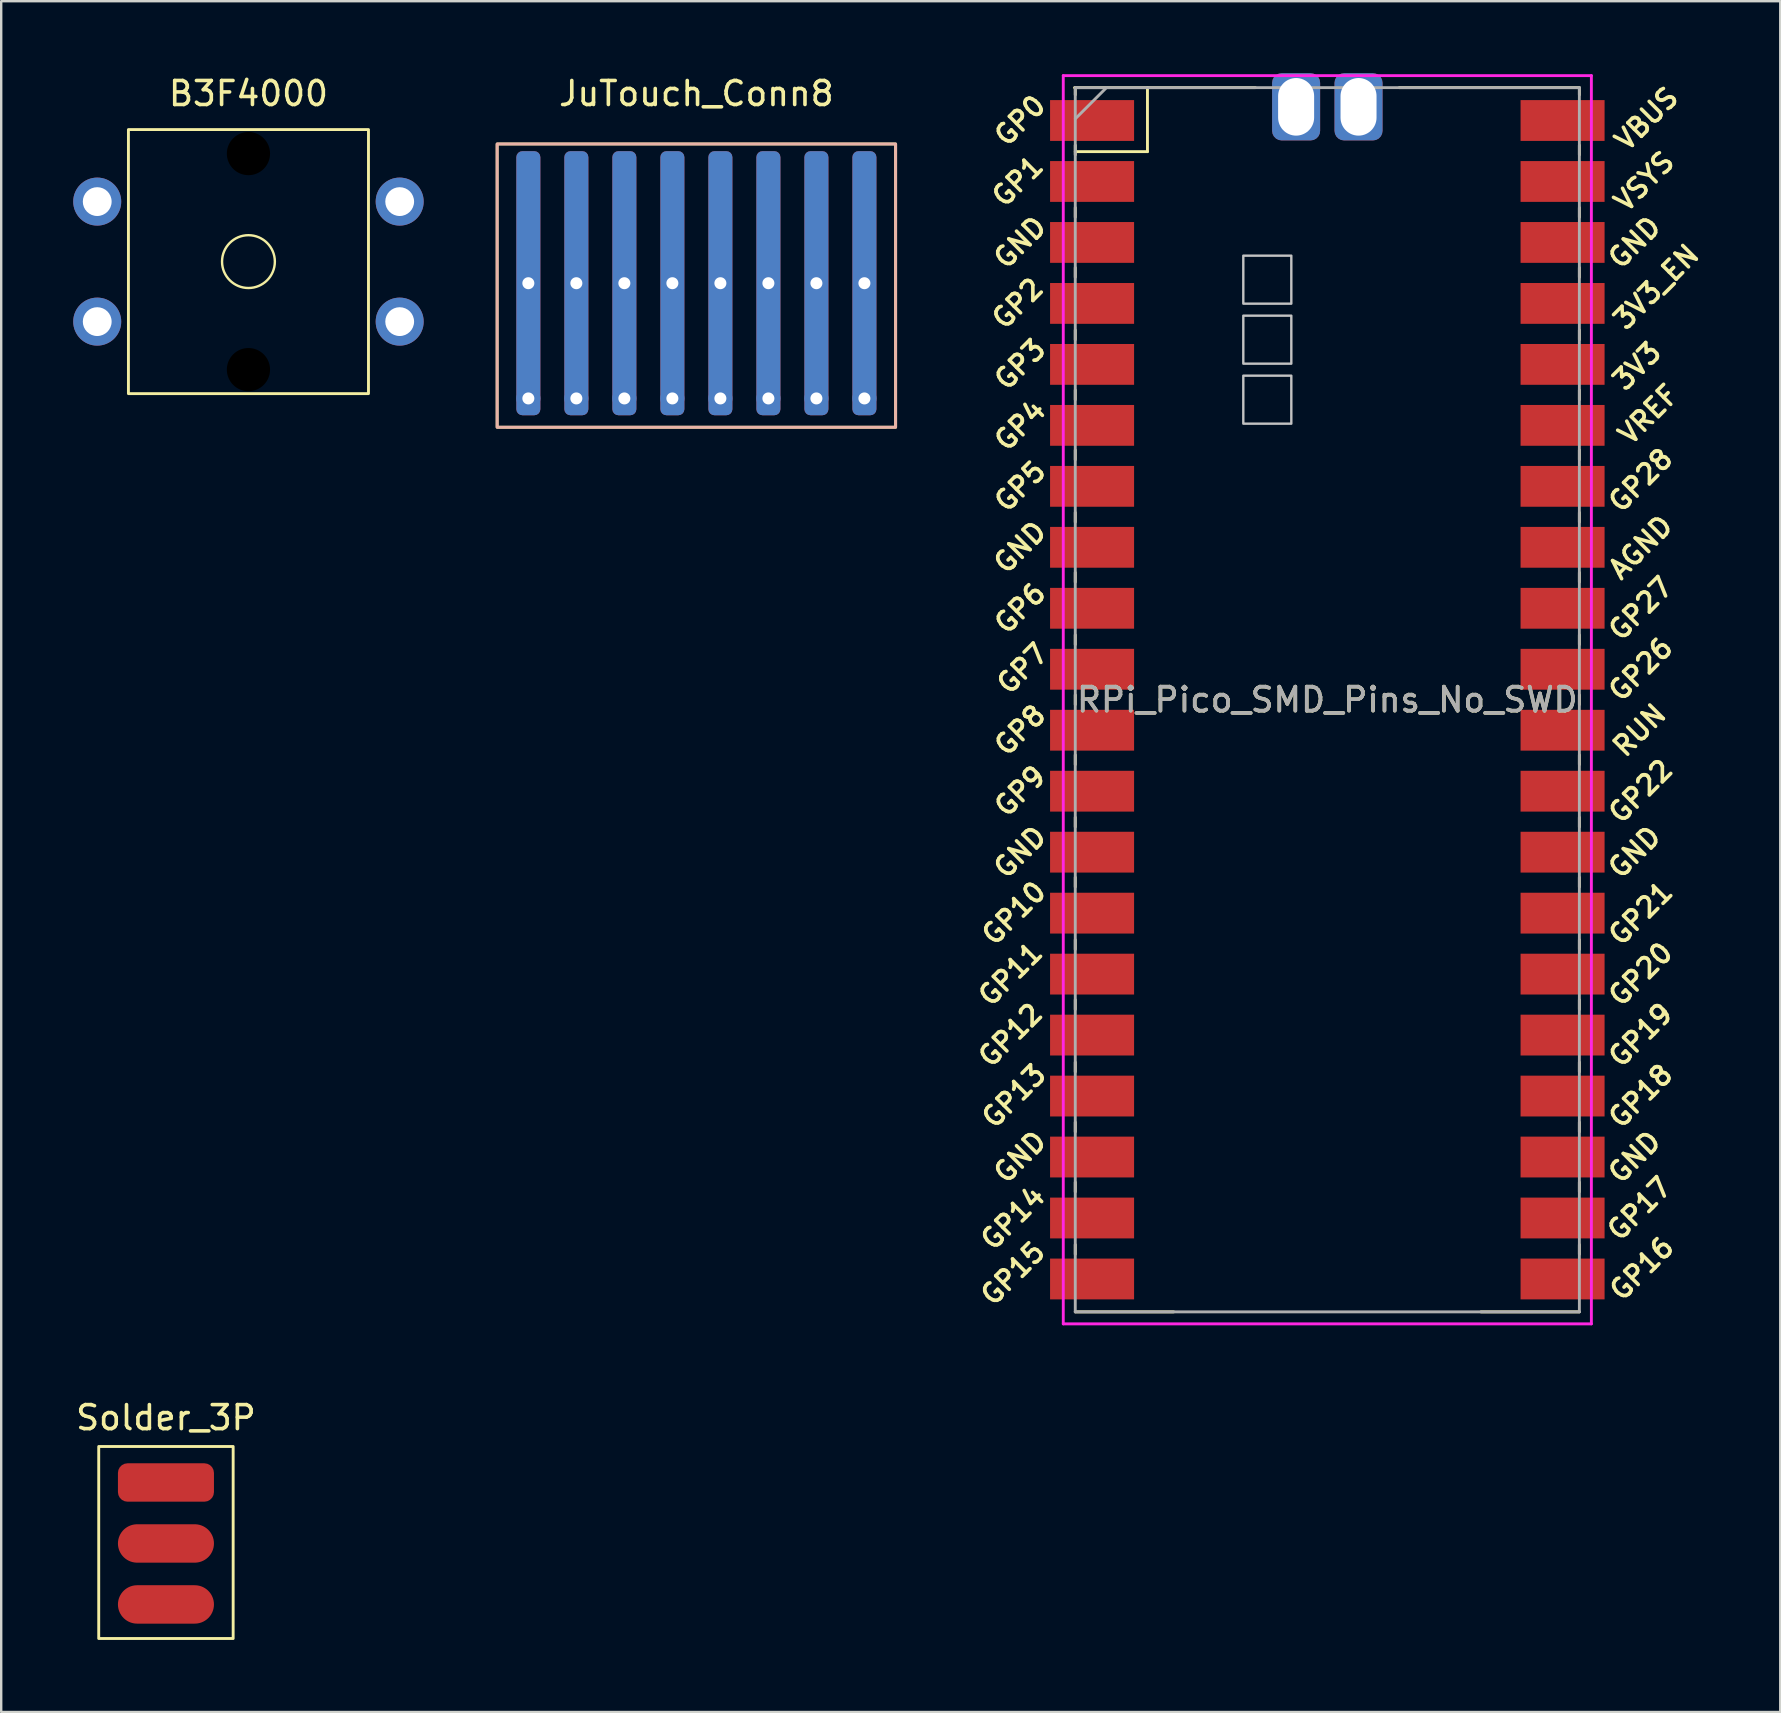
<source format=kicad_pcb>
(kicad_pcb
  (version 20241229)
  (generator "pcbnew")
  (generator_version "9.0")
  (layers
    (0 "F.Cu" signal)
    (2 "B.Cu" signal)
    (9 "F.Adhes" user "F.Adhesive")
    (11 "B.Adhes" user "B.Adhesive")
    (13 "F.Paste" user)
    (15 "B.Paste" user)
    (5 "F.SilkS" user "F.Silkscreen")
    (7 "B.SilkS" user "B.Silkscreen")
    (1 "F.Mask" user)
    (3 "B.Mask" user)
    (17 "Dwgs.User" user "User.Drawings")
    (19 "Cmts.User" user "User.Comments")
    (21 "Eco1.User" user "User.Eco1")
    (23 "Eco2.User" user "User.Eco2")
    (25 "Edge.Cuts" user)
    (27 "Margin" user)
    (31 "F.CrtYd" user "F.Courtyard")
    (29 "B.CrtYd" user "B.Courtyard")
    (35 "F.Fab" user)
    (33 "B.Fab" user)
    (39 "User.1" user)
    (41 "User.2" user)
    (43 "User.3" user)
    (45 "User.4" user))
  (footprint "JuTouch_Conn8"
    (layer "F.Cu")
    (at 25.96 8.748)
    (property "Reference" "JuTouch_Conn8" (at 0 -7.9 0) (unlocked yes) (layer "F.SilkS") (effects (font (size 1 1) (thickness 0.15))))
    (attr through_hole)
    (fp_rect (start -8.3 -5.8) (end 8.3 6) (stroke (width 0.12) (type solid)) (fill no) (layer "F.SilkS"))
    (fp_rect (start -8.3 -5.8) (end 8.3 6) (stroke (width 0.12) (type solid)) (fill no) (layer "B.SilkS"))
    (pad "1" thru_hole roundrect (at -7 0) (size 1 11) (drill 0.5) (layers "*.Cu" "*.Mask") (roundrect_rratio 0.25))
    (pad "1" thru_hole circle (at -7 4.8) (size 1 1) (drill 0.5) (layers "*.Cu" "*.Mask"))
    (pad "2" thru_hole roundrect (at -5 0) (size 1 11) (drill 0.5) (layers "*.Cu" "*.Mask") (roundrect_rratio 0.25))
    (pad "2" thru_hole circle (at -5 4.8) (size 1 1) (drill 0.5) (layers "*.Cu" "*.Mask"))
    (pad "3" thru_hole roundrect (at -3 0) (size 1 11) (drill 0.5) (layers "*.Cu" "*.Mask") (roundrect_rratio 0.25))
    (pad "3" thru_hole circle (at -3 4.8) (size 1 1) (drill 0.5) (layers "*.Cu" "*.Mask"))
    (pad "4" thru_hole roundrect (at -1 0) (size 1 11) (drill 0.5) (layers "*.Cu" "*.Mask") (roundrect_rratio 0.25))
    (pad "4" thru_hole circle (at -1 4.8) (size 1 1) (drill 0.5) (layers "*.Cu" "*.Mask"))
    (pad "5" thru_hole roundrect (at 1 0) (size 1 11) (drill 0.5) (layers "*.Cu" "*.Mask") (roundrect_rratio 0.25))
    (pad "5" thru_hole circle (at 1 4.8) (size 1 1) (drill 0.5) (layers "*.Cu" "*.Mask"))
    (pad "6" thru_hole roundrect (at 3 0) (size 1 11) (drill 0.5) (layers "*.Cu" "*.Mask") (roundrect_rratio 0.25))
    (pad "6" thru_hole circle (at 3 4.8) (size 1 1) (drill 0.5) (layers "*.Cu" "*.Mask"))
    (pad "7" thru_hole roundrect (at 5 0) (size 1 11) (drill 0.5) (layers "*.Cu" "*.Mask") (roundrect_rratio 0.25))
    (pad "7" thru_hole circle (at 5 4.8) (size 1 1) (drill 0.5) (layers "*.Cu" "*.Mask"))
    (pad "8" thru_hole roundrect (at 7 0) (size 1 11) (drill 0.5) (layers "*.Cu" "*.Mask") (roundrect_rratio 0.25))
    (pad "8" thru_hole circle (at 7 4.8) (size 1 1) (drill 0.5) (layers "*.Cu" "*.Mask")))
  (footprint "Solder_3P"
    (layer "F.Cu")
    (at 3.863 58.708)
    (property "Reference" "Solder_3P" (at 0 -2.7 0) (layer "F.SilkS") (effects (font (size 1 1) (thickness 0.15))))
    (attr through_hole)
    (fp_rect (start -2.8 -1.5) (end 2.8 6.5) (stroke (width 0.12) (type solid)) (fill no) (layer "F.SilkS"))
    (pad "1" smd roundrect (at 0 0) (size 4 1.6) (layers "F.Cu" "F.Mask" "F.Paste") (roundrect_rratio 0.25))
    (pad "2" smd oval (at 0 2.54) (size 4 1.6) (layers "F.Cu" "F.Mask" "F.Paste"))
    (pad "3" smd oval (at 0 5.08) (size 4 1.6) (layers "F.Cu" "F.Mask" "F.Paste")))
  (footprint "RPi_Pico_SMD_Pins_No_SWD"
    (layer "F.Cu")
    (at 52.244 26.1)
    (property "Reference" "RPi_Pico_SMD_Pins_No_SWD" (at 0 0 0) (layer "F.SilkS") (effects (font (size 1 1) (thickness 0.15))))
    (attr through_hole)
    (fp_line (start -10.5 -25.5) (end -10.5 -25.2) (stroke (width 0.12) (type solid)) (layer "F.SilkS"))
    (fp_line (start -10.5 -23.1) (end -10.5 -22.7) (stroke (width 0.12) (type solid)) (layer "F.SilkS"))
    (fp_line (start -10.5 -22.833) (end -7.493 -22.833) (stroke (width 0.12) (type solid)) (layer "F.SilkS"))
    (fp_line (start -10.5 -20.5) (end -10.5 -20.1) (stroke (width 0.12) (type solid)) (layer "F.SilkS"))
    (fp_line (start -10.5 -18) (end -10.5 -17.6) (stroke (width 0.12) (type solid)) (layer "F.SilkS"))
    (fp_line (start -10.5 -15.4) (end -10.5 -15) (stroke (width 0.12) (type solid)) (layer "F.SilkS"))
    (fp_line (start -10.5 -12.9) (end -10.5 -12.5) (stroke (width 0.12) (type solid)) (layer "F.SilkS"))
    (fp_line (start -10.5 -10.4) (end -10.5 -10) (stroke (width 0.12) (type solid)) (layer "F.SilkS"))
    (fp_line (start -10.5 -7.8) (end -10.5 -7.4) (stroke (width 0.12) (type solid)) (layer "F.SilkS"))
    (fp_line (start -10.5 -5.3) (end -10.5 -4.9) (stroke (width 0.12) (type solid)) (layer "F.SilkS"))
    (fp_line (start -10.5 -2.7) (end -10.5 -2.3) (stroke (width 0.12) (type solid)) (layer "F.SilkS"))
    (fp_line (start -10.5 -0.2) (end -10.5 0.2) (stroke (width 0.12) (type solid)) (layer "F.SilkS"))
    (fp_line (start -10.5 2.3) (end -10.5 2.7) (stroke (width 0.12) (type solid)) (layer "F.SilkS"))
    (fp_line (start -10.5 4.9) (end -10.5 5.3) (stroke (width 0.12) (type solid)) (layer "F.SilkS"))
    (fp_line (start -10.5 7.4) (end -10.5 7.8) (stroke (width 0.12) (type solid)) (layer "F.SilkS"))
    (fp_line (start -10.5 10) (end -10.5 10.4) (stroke (width 0.12) (type solid)) (layer "F.SilkS"))
    (fp_line (start -10.5 12.5) (end -10.5 12.9) (stroke (width 0.12) (type solid)) (layer "F.SilkS"))
    (fp_line (start -10.5 15.1) (end -10.5 15.5) (stroke (width 0.12) (type solid)) (layer "F.SilkS"))
    (fp_line (start -10.5 17.6) (end -10.5 18) (stroke (width 0.12) (type solid)) (layer "F.SilkS"))
    (fp_line (start -10.5 20.1) (end -10.5 20.5) (stroke (width 0.12) (type solid)) (layer "F.SilkS"))
    (fp_line (start -10.5 22.7) (end -10.5 23.1) (stroke (width 0.12) (type solid)) (layer "F.SilkS"))
    (fp_line (start -7.493 -22.833) (end -7.493 -25.5) (stroke (width 0.12) (type solid)) (layer "F.SilkS"))
    (fp_line (start -6.4 25.5) (end -10.5 25.5) (stroke (width 0.12) (type solid)) (layer "F.SilkS"))
    (fp_line (start -3 -25.5) (end -10.53 -25.5) (stroke (width 0.12) (type solid)) (layer "F.SilkS"))
    (fp_line (start 10.47 -25.5) (end 3 -25.5) (stroke (width 0.12) (type solid)) (layer "F.SilkS"))
    (fp_line (start 10.5 -25.5) (end 10.5 -25.2) (stroke (width 0.12) (type solid)) (layer "F.SilkS"))
    (fp_line (start 10.5 -23.1) (end 10.5 -22.7) (stroke (width 0.12) (type solid)) (layer "F.SilkS"))
    (fp_line (start 10.5 -20.5) (end 10.5 -20.1) (stroke (width 0.12) (type solid)) (layer "F.SilkS"))
    (fp_line (start 10.5 -18) (end 10.5 -17.6) (stroke (width 0.12) (type solid)) (layer "F.SilkS"))
    (fp_line (start 10.5 -15.4) (end 10.5 -15) (stroke (width 0.12) (type solid)) (layer "F.SilkS"))
    (fp_line (start 10.5 -12.9) (end 10.5 -12.5) (stroke (width 0.12) (type solid)) (layer "F.SilkS"))
    (fp_line (start 10.5 -10.4) (end 10.5 -10) (stroke (width 0.12) (type solid)) (layer "F.SilkS"))
    (fp_line (start 10.5 -7.8) (end 10.5 -7.4) (stroke (width 0.12) (type solid)) (layer "F.SilkS"))
    (fp_line (start 10.5 -5.3) (end 10.5 -4.9) (stroke (width 0.12) (type solid)) (layer "F.SilkS"))
    (fp_line (start 10.5 -2.7) (end 10.5 -2.3) (stroke (width 0.12) (type solid)) (layer "F.SilkS"))
    (fp_line (start 10.5 -0.2) (end 10.5 0.2) (stroke (width 0.12) (type solid)) (layer "F.SilkS"))
    (fp_line (start 10.5 2.3) (end 10.5 2.7) (stroke (width 0.12) (type solid)) (layer "F.SilkS"))
    (fp_line (start 10.5 4.9) (end 10.5 5.3) (stroke (width 0.12) (type solid)) (layer "F.SilkS"))
    (fp_line (start 10.5 7.4) (end 10.5 7.8) (stroke (width 0.12) (type solid)) (layer "F.SilkS"))
    (fp_line (start 10.5 10) (end 10.5 10.4) (stroke (width 0.12) (type solid)) (layer "F.SilkS"))
    (fp_line (start 10.5 12.5) (end 10.5 12.9) (stroke (width 0.12) (type solid)) (layer "F.SilkS"))
    (fp_line (start 10.5 15.1) (end 10.5 15.5) (stroke (width 0.12) (type solid)) (layer "F.SilkS"))
    (fp_line (start 10.5 17.6) (end 10.5 18) (stroke (width 0.12) (type solid)) (layer "F.SilkS"))
    (fp_line (start 10.5 20.1) (end 10.5 20.5) (stroke (width 0.12) (type solid)) (layer "F.SilkS"))
    (fp_line (start 10.5 22.7) (end 10.5 23.1) (stroke (width 0.12) (type solid)) (layer "F.SilkS"))
    (fp_line (start 10.5 25.5) (end 6.4 25.5) (stroke (width 0.12) (type solid)) (layer "F.SilkS"))
    (fp_poly (pts (xy -1.5 -16.5) (xy -3.5 -16.5) (xy -3.5 -18.5) (xy -1.5 -18.5)) (stroke (width 0.1) (type solid)) (fill no) (layer "Dwgs.User"))
    (fp_poly (pts (xy -1.5 -14) (xy -3.5 -14) (xy -3.5 -16) (xy -1.5 -16)) (stroke (width 0.1) (type solid)) (fill no) (layer "Dwgs.User"))
    (fp_poly (pts (xy -1.5 -11.5) (xy -3.5 -11.5) (xy -3.5 -13.5) (xy -1.5 -13.5)) (stroke (width 0.1) (type solid)) (fill no) (layer "Dwgs.User"))
    (fp_line (start -11 -26) (end 11 -26) (stroke (width 0.12) (type solid)) (layer "F.CrtYd"))
    (fp_line (start -11 26) (end -11 -26) (stroke (width 0.12) (type solid)) (layer "F.CrtYd"))
    (fp_line (start 11 -26) (end 11 26) (stroke (width 0.12) (type solid)) (layer "F.CrtYd"))
    (fp_line (start 11 26) (end -11 26) (stroke (width 0.12) (type solid)) (layer "F.CrtYd"))
    (fp_line (start -10.5 -25.5) (end 10.5 -25.5) (stroke (width 0.12) (type solid)) (layer "F.Fab"))
    (fp_line (start -10.5 -24.2) (end -9.2 -25.5) (stroke (width 0.12) (type solid)) (layer "F.Fab"))
    (fp_line (start -10.5 25.5) (end -10.5 -25.5) (stroke (width 0.12) (type solid)) (layer "F.Fab"))
    (fp_line (start 10.5 -25.5) (end 10.5 25.5) (stroke (width 0.12) (type solid)) (layer "F.Fab"))
    (fp_line (start 10.5 25.5) (end -10.5 25.5) (stroke (width 0.12) (type solid)) (layer "F.Fab"))
    (fp_text user "GP27" (at 13.054 -3.8 45) (layer "F.SilkS") (effects (font (size 0.8 0.8) (thickness 0.15))))
    (fp_text user "GP1" (at -12.9 -21.6 45) (layer "F.SilkS") (effects (font (size 0.8 0.8) (thickness 0.15))))
    (fp_text user "GP2" (at -12.9 -16.51 45) (layer "F.SilkS") (effects (font (size 0.8 0.8) (thickness 0.15))))
    (fp_text user "VREF" (at 13.375 -11.889 45) (layer "F.SilkS") (effects (font (size 0.8 0.8) (thickness 0.15))))
    (fp_text user "GND" (at 12.8 -19.05 45) (layer "F.SilkS") (effects (font (size 0.8 0.8) (thickness 0.15))))
    (fp_text user "GND" (at -12.8 19.05 45) (layer "F.SilkS") (effects (font (size 0.8 0.8) (thickness 0.15))))
    (fp_text user "RUN" (at 13 1.27 45) (layer "F.SilkS") (effects (font (size 0.8 0.8) (thickness 0.15))))
    (fp_text user "GP21" (at 13.054 8.9 45) (layer "F.SilkS") (effects (font (size 0.8 0.8) (thickness 0.15))))
    (fp_text user "GND" (at -12.8 -6.35 45) (layer "F.SilkS") (effects (font (size 0.8 0.8) (thickness 0.15))))
    (fp_text user "GP5" (at -12.8 -8.89 45) (layer "F.SilkS") (effects (font (size 0.8 0.8) (thickness 0.15))))
    (fp_text user "GP10" (at -13.054 8.89 45) (layer "F.SilkS") (effects (font (size 0.8 0.8) (thickness 0.15))))
    (fp_text user "GP7" (at -12.7 -1.3 45) (layer "F.SilkS") (effects (font (size 0.8 0.8) (thickness 0.15))))
    (fp_text user "VBUS" (at 13.3 -24.2 45) (layer "F.SilkS") (effects (font (size 0.8 0.8) (thickness 0.15))))
    (fp_text user "GP11" (at -13.2 11.43 45) (layer "F.SilkS") (effects (font (size 0.8 0.8) (thickness 0.15))))
    (fp_text user "GP22" (at 13.054 3.81 45) (layer "F.SilkS") (effects (font (size 0.8 0.8) (thickness 0.15))))
    (fp_text user "GP4" (at -12.8 -11.43 45) (layer "F.SilkS") (effects (font (size 0.8 0.8) (thickness 0.15))))
    (fp_text user "GP28" (at 13.054 -9.144 45) (layer "F.SilkS") (effects (font (size 0.8 0.8) (thickness 0.15))))
    (fp_text user "3V3_EN" (at 13.7 -17.2 45) (layer "F.SilkS") (effects (font (size 0.8 0.8) (thickness 0.15))))
    (fp_text user "GND" (at -12.8 -19.05 45) (layer "F.SilkS") (effects (font (size 0.8 0.8) (thickness 0.15))))
    (fp_text user "GP18" (at 13.054 16.51 45) (layer "F.SilkS") (effects (font (size 0.8 0.8) (thickness 0.15))))
    (fp_text user "GP17" (at 13 21.2 45) (layer "F.SilkS") (effects (font (size 0.8 0.8) (thickness 0.15))))
    (fp_text user "GP19" (at 13.054 13.97 45) (layer "F.SilkS") (effects (font (size 0.8 0.8) (thickness 0.15))))
    (fp_text user "GP3" (at -12.8 -13.97 45) (layer "F.SilkS") (effects (font (size 0.8 0.8) (thickness 0.15))))
    (fp_text user "GP8" (at -12.8 1.27 45) (layer "F.SilkS") (effects (font (size 0.8 0.8) (thickness 0.15))))
    (fp_text user "GP12" (at -13.2 13.97 45) (layer "F.SilkS") (effects (font (size 0.8 0.8) (thickness 0.15))))
    (fp_text user "AGND" (at 13.054 -6.35 45) (layer "F.SilkS") (effects (font (size 0.8 0.8) (thickness 0.15))))
    (fp_text user "VSYS" (at 13.2 -21.59 45) (layer "F.SilkS") (effects (font (size 0.8 0.8) (thickness 0.15))))
    (fp_text user "GP26" (at 13.054 -1.27 45) (layer "F.SilkS") (effects (font (size 0.8 0.8) (thickness 0.15))))
    (fp_text user "GP15" (at -13.1 23.9 45) (layer "F.SilkS") (effects (font (size 0.8 0.8) (thickness 0.15))))
    (fp_text user "GP20" (at 13.054 11.43 45) (layer "F.SilkS") (effects (font (size 0.8 0.8) (thickness 0.15))))
    (fp_text user "GP9" (at -12.8 3.81 45) (layer "F.SilkS") (effects (font (size 0.8 0.8) (thickness 0.15))))
    (fp_text user "GP14" (at -13.1 21.59 45) (layer "F.SilkS") (effects (font (size 0.8 0.8) (thickness 0.15))))
    (fp_text user "GP16" (at 13.1 23.7 45) (layer "F.SilkS") (effects (font (size 0.8 0.8) (thickness 0.15))))
    (fp_text user "GP6" (at -12.8 -3.81 45) (layer "F.SilkS") (effects (font (size 0.8 0.8) (thickness 0.15))))
    (fp_text user "GND" (at 12.8 6.35 45) (layer "F.SilkS") (effects (font (size 0.8 0.8) (thickness 0.15))))
    (fp_text user "GND" (at 12.8 19.05 45) (layer "F.SilkS") (effects (font (size 0.8 0.8) (thickness 0.15))))
    (fp_text user "3V3" (at 12.9 -13.9 45) (layer "F.SilkS") (effects (font (size 0.8 0.8) (thickness 0.15))))
    (fp_text user "GP13" (at -13.054 16.51 45) (layer "F.SilkS") (effects (font (size 0.8 0.8) (thickness 0.15))))
    (fp_text user "GP0" (at -12.8 -24.13 45) (layer "F.SilkS") (effects (font (size 0.8 0.8) (thickness 0.15))))
    (fp_text user "GND" (at -12.8 6.35 45) (layer "F.SilkS") (effects (font (size 0.8 0.8) (thickness 0.15))))
    (fp_text user "${REFERENCE}" (at 0 0 180) (layer "F.Fab") (effects (font (size 1 1) (thickness 0.15))))
    (pad "1" smd rect (at -9.8 -24.13) (size 3.5 1.7) (layers "F.Cu" "F.Mask"))
    (pad "2" smd rect (at -9.8 -21.59) (size 3.5 1.7) (layers "F.Cu" "F.Mask"))
    (pad "3" smd rect (at -9.8 -19.05) (size 3.5 1.7) (layers "F.Cu" "F.Mask"))
    (pad "4" smd rect (at -9.8 -16.51) (size 3.5 1.7) (layers "F.Cu" "F.Mask"))
    (pad "5" smd rect (at -9.8 -13.97) (size 3.5 1.7) (layers "F.Cu" "F.Mask"))
    (pad "6" smd rect (at -9.8 -11.43) (size 3.5 1.7) (layers "F.Cu" "F.Mask"))
    (pad "7" smd rect (at -9.8 -8.89) (size 3.5 1.7) (layers "F.Cu" "F.Mask"))
    (pad "8" smd rect (at -9.8 -6.35) (size 3.5 1.7) (layers "F.Cu" "F.Mask"))
    (pad "9" smd rect (at -9.8 -3.81) (size 3.5 1.7) (layers "F.Cu" "F.Mask"))
    (pad "10" smd rect (at -9.8 -1.27) (size 3.5 1.7) (layers "F.Cu" "F.Mask"))
    (pad "11" smd rect (at -9.8 1.27) (size 3.5 1.7) (layers "F.Cu" "F.Mask"))
    (pad "12" smd rect (at -9.8 3.81) (size 3.5 1.7) (layers "F.Cu" "F.Mask"))
    (pad "13" smd rect (at -9.8 6.35) (size 3.5 1.7) (layers "F.Cu" "F.Mask"))
    (pad "14" smd rect (at -9.8 8.89) (size 3.5 1.7) (layers "F.Cu" "F.Mask"))
    (pad "15" smd rect (at -9.8 11.43) (size 3.5 1.7) (layers "F.Cu" "F.Mask"))
    (pad "16" smd rect (at -9.8 13.97) (size 3.5 1.7) (layers "F.Cu" "F.Mask"))
    (pad "17" smd rect (at -9.8 16.51) (size 3.5 1.7) (layers "F.Cu" "F.Mask"))
    (pad "18" smd rect (at -9.8 19.05) (size 3.5 1.7) (layers "F.Cu" "F.Mask"))
    (pad "19" smd rect (at -9.8 21.59) (size 3.5 1.7) (layers "F.Cu" "F.Mask"))
    (pad "20" smd rect (at -9.8 24.13) (size 3.5 1.7) (layers "F.Cu" "F.Mask"))
    (pad "21" smd rect (at 9.8 24.13) (size 3.5 1.7) (layers "F.Cu" "F.Mask"))
    (pad "22" smd rect (at 9.8 21.59) (size 3.5 1.7) (layers "F.Cu" "F.Mask"))
    (pad "23" smd rect (at 9.8 19.05) (size 3.5 1.7) (layers "F.Cu" "F.Mask"))
    (pad "24" smd rect (at 9.8 16.51) (size 3.5 1.7) (layers "F.Cu" "F.Mask"))
    (pad "25" smd rect (at 9.8 13.97) (size 3.5 1.7) (layers "F.Cu" "F.Mask"))
    (pad "26" smd rect (at 9.8 11.43) (size 3.5 1.7) (layers "F.Cu" "F.Mask"))
    (pad "27" smd rect (at 9.8 8.89) (size 3.5 1.7) (layers "F.Cu" "F.Mask"))
    (pad "28" smd rect (at 9.8 6.35) (size 3.5 1.7) (layers "F.Cu" "F.Mask"))
    (pad "29" smd rect (at 9.8 3.81) (size 3.5 1.7) (layers "F.Cu" "F.Mask"))
    (pad "30" smd rect (at 9.8 1.27) (size 3.5 1.7) (layers "F.Cu" "F.Mask"))
    (pad "31" smd rect (at 9.8 -1.27) (size 3.5 1.7) (layers "F.Cu" "F.Mask"))
    (pad "32" smd rect (at 9.8 -3.81) (size 3.5 1.7) (layers "F.Cu" "F.Mask"))
    (pad "33" smd rect (at 9.8 -6.35) (size 3.5 1.7) (layers "F.Cu" "F.Mask"))
    (pad "34" smd rect (at 9.8 -8.89) (size 3.5 1.7) (layers "F.Cu" "F.Mask"))
    (pad "35" smd rect (at 9.8 -11.43) (size 3.5 1.7) (layers "F.Cu" "F.Mask"))
    (pad "36" smd rect (at 9.8 -13.97) (size 3.5 1.7) (layers "F.Cu" "F.Mask"))
    (pad "37" smd rect (at 9.8 -16.51) (size 3.5 1.7) (layers "F.Cu" "F.Mask"))
    (pad "38" smd rect (at 9.8 -19.05) (size 3.5 1.7) (layers "F.Cu" "F.Mask"))
    (pad "39" smd rect (at 9.8 -21.59) (size 3.5 1.7) (layers "F.Cu" "F.Mask"))
    (pad "40" smd rect (at 9.8 -24.13) (size 3.5 1.7) (layers "F.Cu" "F.Mask"))
    (pad "TP2" thru_hole roundrect (at 1.3 -24.7) (size 2 2.8) (drill oval 1.5 2.4) (layers "*.Cu" "*.Mask") (roundrect_rratio 0.2))
    (pad "TP3" thru_hole roundrect (at -1.3 -24.7) (size 2 2.8) (drill oval 1.5 2.4) (layers "*.Cu" "*.Mask") (roundrect_rratio 0.2)))
  (footprint "B3F4000"
    (layer "F.Cu")
    (at 7.3 7.848)
    (property "Reference" "B3F4000" (at 0 -7 0) (layer "F.SilkS") (effects (font (size 1 1) (thickness 0.15))))
    (attr through_hole)
    (fp_rect (start -5 -5.5) (end 5 5.5) (stroke (width 0.12) (type solid)) (fill no) (layer "F.SilkS"))
    (fp_circle (center 0 0) (end 1.1 0) (stroke (width 0.1) (type solid)) (fill no) (layer "F.SilkS"))
    (pad "" np_thru_hole oval (at 0 -4.5 90) (size 1.8 1.8) (drill 1.8) (layers "*.Mask"))
    (pad "" np_thru_hole oval (at 0 4.5 90) (size 1.8 1.8) (drill 1.8) (layers "*.Mask"))
    (pad "1" thru_hole oval (at -6.3 -2.5 90) (size 2 2) (drill 1.2) (layers "*.Cu" "*.Mask"))
    (pad "1" thru_hole oval (at 6.3 -2.5 90) (size 2 2) (drill 1.2) (layers "*.Cu" "*.Mask"))
    (pad "2" thru_hole oval (at -6.3 2.5 90) (size 2 2) (drill 1.2) (layers "*.Cu" "*.Mask"))
    (pad "2" thru_hole oval (at 6.3 2.5 90) (size 2 2) (drill 1.2) (layers "*.Cu" "*.Mask")))
  (gr_rect
    (start -3 -3)
    (end 71.113 68.268)
    (stroke (width 0.1) (type default))
    (fill no)
    (layer "Edge.Cuts")))
</source>
